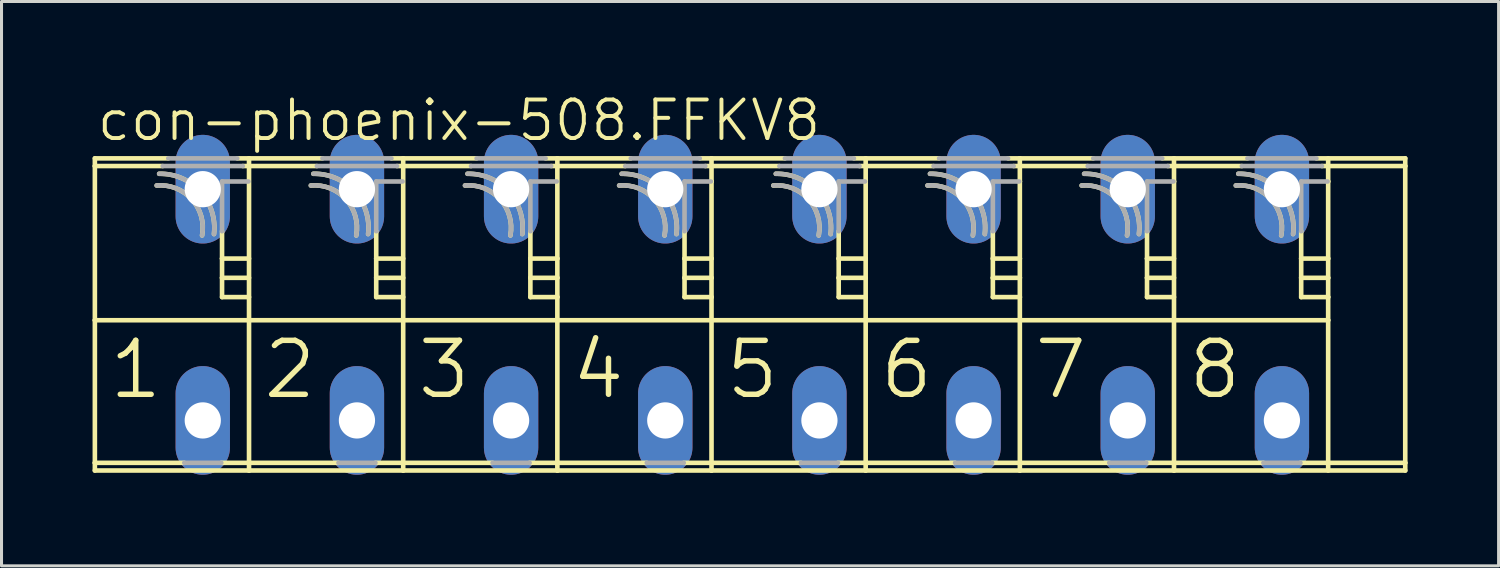
<source format=kicad_pcb>
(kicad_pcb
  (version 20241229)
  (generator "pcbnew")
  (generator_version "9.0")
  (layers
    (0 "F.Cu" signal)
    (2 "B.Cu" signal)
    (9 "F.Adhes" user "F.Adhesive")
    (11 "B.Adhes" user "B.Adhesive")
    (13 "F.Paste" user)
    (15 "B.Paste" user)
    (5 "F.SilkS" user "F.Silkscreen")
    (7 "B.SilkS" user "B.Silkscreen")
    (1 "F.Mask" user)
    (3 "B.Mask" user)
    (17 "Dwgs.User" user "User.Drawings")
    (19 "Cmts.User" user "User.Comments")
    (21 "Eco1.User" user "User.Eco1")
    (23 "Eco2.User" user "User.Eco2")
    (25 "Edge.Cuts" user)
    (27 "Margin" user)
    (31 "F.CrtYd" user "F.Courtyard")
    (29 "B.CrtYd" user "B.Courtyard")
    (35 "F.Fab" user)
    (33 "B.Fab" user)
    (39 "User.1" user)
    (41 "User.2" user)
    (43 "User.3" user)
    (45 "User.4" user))
  (footprint "con-phoenix-508.FFKV8"
    (layer "F.Cu")
    (at 21.412 6.994)
    (property "Reference" "con-phoenix-508.FFKV8" (at -21.336 -5.334 0) (layer "F.SilkS") (effects (font (size 1.27 1.27) (thickness 0.13)) (justify left bottom)))
    (attr through_hole)
    (fp_line (start -21.336 -4.572) (end -21.336 -4.826) (stroke (width 0.152) (type default)) (layer "F.SilkS"))
    (fp_line (start -21.336 -4.572) (end -19.1 -4.572) (stroke (width 0.152) (type default)) (layer "F.SilkS"))
    (fp_line (start -21.336 0.508) (end -21.336 -4.572) (stroke (width 0.152) (type default)) (layer "F.SilkS"))
    (fp_line (start -21.336 0.508) (end -16.256 0.508) (stroke (width 0.152) (type default)) (layer "F.SilkS"))
    (fp_line (start -21.336 5.207) (end -21.336 0.508) (stroke (width 0.152) (type default)) (layer "F.SilkS"))
    (fp_line (start -21.336 5.207) (end -18.389 5.207) (stroke (width 0.152) (type default)) (layer "F.SilkS"))
    (fp_line (start -21.336 5.461) (end -21.336 5.207) (stroke (width 0.152) (type default)) (layer "F.SilkS"))
    (fp_line (start -18.916 -4.826) (end -21.336 -4.826) (stroke (width 0.152) (type default)) (layer "F.SilkS"))
    (fp_line (start -17.171 5.207) (end -16.256 5.207) (stroke (width 0.152) (type default)) (layer "F.SilkS"))
    (fp_line (start -17.145 -1.524) (end -17.145 -2.425) (stroke (width 0.152) (type default)) (layer "F.SilkS"))
    (fp_line (start -17.145 -0.889) (end -17.145 -1.524) (stroke (width 0.152) (type default)) (layer "F.SilkS"))
    (fp_line (start -17.145 -0.254) (end -17.145 -0.889) (stroke (width 0.152) (type default)) (layer "F.SilkS"))
    (fp_line (start -16.46 -4.572) (end -16.256 -4.572) (stroke (width 0.152) (type default)) (layer "F.SilkS"))
    (fp_line (start -16.256 -4.826) (end -16.644 -4.826) (stroke (width 0.152) (type default)) (layer "F.SilkS"))
    (fp_line (start -16.256 -4.572) (end -16.256 -4.826) (stroke (width 0.152) (type default)) (layer "F.SilkS"))
    (fp_line (start -16.256 -4.572) (end -14.02 -4.572) (stroke (width 0.152) (type default)) (layer "F.SilkS"))
    (fp_line (start -16.256 -1.524) (end -17.145 -1.524) (stroke (width 0.152) (type default)) (layer "F.SilkS"))
    (fp_line (start -16.256 -0.889) (end -17.145 -0.889) (stroke (width 0.152) (type default)) (layer "F.SilkS"))
    (fp_line (start -16.256 -0.254) (end -17.145 -0.254) (stroke (width 0.152) (type default)) (layer "F.SilkS"))
    (fp_line (start -16.256 0.508) (end -16.256 -4.572) (stroke (width 0.152) (type default)) (layer "F.SilkS"))
    (fp_line (start -16.256 0.508) (end -11.176 0.508) (stroke (width 0.152) (type default)) (layer "F.SilkS"))
    (fp_line (start -16.256 5.207) (end -16.256 0.508) (stroke (width 0.152) (type default)) (layer "F.SilkS"))
    (fp_line (start -16.256 5.207) (end -13.309 5.207) (stroke (width 0.152) (type default)) (layer "F.SilkS"))
    (fp_line (start -16.256 5.461) (end -21.336 5.461) (stroke (width 0.152) (type default)) (layer "F.SilkS"))
    (fp_line (start -16.256 5.461) (end -16.256 5.207) (stroke (width 0.152) (type default)) (layer "F.SilkS"))
    (fp_line (start -13.836 -4.826) (end -16.256 -4.826) (stroke (width 0.152) (type default)) (layer "F.SilkS"))
    (fp_line (start -12.091 5.207) (end -11.176 5.207) (stroke (width 0.152) (type default)) (layer "F.SilkS"))
    (fp_line (start -12.065 -1.524) (end -12.065 -2.425) (stroke (width 0.152) (type default)) (layer "F.SilkS"))
    (fp_line (start -12.065 -0.889) (end -12.065 -1.524) (stroke (width 0.152) (type default)) (layer "F.SilkS"))
    (fp_line (start -12.065 -0.254) (end -12.065 -0.889) (stroke (width 0.152) (type default)) (layer "F.SilkS"))
    (fp_line (start -11.38 -4.572) (end -11.176 -4.572) (stroke (width 0.152) (type default)) (layer "F.SilkS"))
    (fp_line (start -11.176 -4.826) (end -11.564 -4.826) (stroke (width 0.152) (type default)) (layer "F.SilkS"))
    (fp_line (start -11.176 -4.572) (end -11.176 -4.826) (stroke (width 0.152) (type default)) (layer "F.SilkS"))
    (fp_line (start -11.176 -4.572) (end -8.94 -4.572) (stroke (width 0.152) (type default)) (layer "F.SilkS"))
    (fp_line (start -11.176 -1.524) (end -12.065 -1.524) (stroke (width 0.152) (type default)) (layer "F.SilkS"))
    (fp_line (start -11.176 -0.889) (end -12.065 -0.889) (stroke (width 0.152) (type default)) (layer "F.SilkS"))
    (fp_line (start -11.176 -0.254) (end -12.065 -0.254) (stroke (width 0.152) (type default)) (layer "F.SilkS"))
    (fp_line (start -11.176 0.508) (end -11.176 -4.572) (stroke (width 0.152) (type default)) (layer "F.SilkS"))
    (fp_line (start -11.176 0.508) (end -6.096 0.508) (stroke (width 0.152) (type default)) (layer "F.SilkS"))
    (fp_line (start -11.176 5.207) (end -11.176 0.508) (stroke (width 0.152) (type default)) (layer "F.SilkS"))
    (fp_line (start -11.176 5.207) (end -8.229 5.207) (stroke (width 0.152) (type default)) (layer "F.SilkS"))
    (fp_line (start -11.176 5.461) (end -16.256 5.461) (stroke (width 0.152) (type default)) (layer "F.SilkS"))
    (fp_line (start -11.176 5.461) (end -11.176 5.207) (stroke (width 0.152) (type default)) (layer "F.SilkS"))
    (fp_line (start -8.756 -4.826) (end -11.176 -4.826) (stroke (width 0.152) (type default)) (layer "F.SilkS"))
    (fp_line (start -7.011 5.207) (end -6.096 5.207) (stroke (width 0.152) (type default)) (layer "F.SilkS"))
    (fp_line (start -6.985 -1.524) (end -6.985 -2.425) (stroke (width 0.152) (type default)) (layer "F.SilkS"))
    (fp_line (start -6.985 -0.889) (end -6.985 -1.524) (stroke (width 0.152) (type default)) (layer "F.SilkS"))
    (fp_line (start -6.985 -0.254) (end -6.985 -0.889) (stroke (width 0.152) (type default)) (layer "F.SilkS"))
    (fp_line (start -6.3 -4.572) (end -6.096 -4.572) (stroke (width 0.152) (type default)) (layer "F.SilkS"))
    (fp_line (start -6.096 -4.826) (end -6.484 -4.826) (stroke (width 0.152) (type default)) (layer "F.SilkS"))
    (fp_line (start -6.096 -4.572) (end -6.096 -4.826) (stroke (width 0.152) (type default)) (layer "F.SilkS"))
    (fp_line (start -6.096 -4.572) (end -3.86 -4.572) (stroke (width 0.152) (type default)) (layer "F.SilkS"))
    (fp_line (start -6.096 -1.524) (end -6.985 -1.524) (stroke (width 0.152) (type default)) (layer "F.SilkS"))
    (fp_line (start -6.096 -1.524) (end -6.096 -4.572) (stroke (width 0.152) (type default)) (layer "F.SilkS"))
    (fp_line (start -6.096 -0.889) (end -6.985 -0.889) (stroke (width 0.152) (type default)) (layer "F.SilkS"))
    (fp_line (start -6.096 -0.889) (end -6.096 -1.524) (stroke (width 0.152) (type default)) (layer "F.SilkS"))
    (fp_line (start -6.096 -0.254) (end -6.985 -0.254) (stroke (width 0.152) (type default)) (layer "F.SilkS"))
    (fp_line (start -6.096 -0.254) (end -6.096 -0.889) (stroke (width 0.152) (type default)) (layer "F.SilkS"))
    (fp_line (start -6.096 0.508) (end -6.096 -0.254) (stroke (width 0.152) (type default)) (layer "F.SilkS"))
    (fp_line (start -6.096 0.508) (end -1.016 0.508) (stroke (width 0.152) (type default)) (layer "F.SilkS"))
    (fp_line (start -6.096 5.207) (end -6.096 0.508) (stroke (width 0.152) (type default)) (layer "F.SilkS"))
    (fp_line (start -6.096 5.207) (end -3.149 5.207) (stroke (width 0.152) (type default)) (layer "F.SilkS"))
    (fp_line (start -6.096 5.461) (end -11.176 5.461) (stroke (width 0.152) (type default)) (layer "F.SilkS"))
    (fp_line (start -6.096 5.461) (end -6.096 5.207) (stroke (width 0.152) (type default)) (layer "F.SilkS"))
    (fp_line (start -3.676 -4.826) (end -6.096 -4.826) (stroke (width 0.152) (type default)) (layer "F.SilkS"))
    (fp_line (start -1.931 5.207) (end -1.016 5.207) (stroke (width 0.152) (type default)) (layer "F.SilkS"))
    (fp_line (start -1.905 -1.524) (end -1.905 -2.425) (stroke (width 0.152) (type default)) (layer "F.SilkS"))
    (fp_line (start -1.905 -0.889) (end -1.905 -1.524) (stroke (width 0.152) (type default)) (layer "F.SilkS"))
    (fp_line (start -1.905 -0.254) (end -1.905 -0.889) (stroke (width 0.152) (type default)) (layer "F.SilkS"))
    (fp_line (start -1.22 -4.572) (end -1.016 -4.572) (stroke (width 0.152) (type default)) (layer "F.SilkS"))
    (fp_line (start -1.037 -4.064) (end -1.016 -4.064) (stroke (width 0.152) (type default)) (layer "F.SilkS"))
    (fp_line (start -1.016 -4.826) (end -1.404 -4.826) (stroke (width 0.152) (type default)) (layer "F.SilkS"))
    (fp_line (start -1.016 -4.572) (end -1.016 -4.826) (stroke (width 0.152) (type default)) (layer "F.SilkS"))
    (fp_line (start -1.016 -4.572) (end 1.22 -4.572) (stroke (width 0.152) (type default)) (layer "F.SilkS"))
    (fp_line (start -1.016 -4.064) (end -1.016 -4.572) (stroke (width 0.152) (type default)) (layer "F.SilkS"))
    (fp_line (start -1.016 -1.524) (end -1.905 -1.524) (stroke (width 0.152) (type default)) (layer "F.SilkS"))
    (fp_line (start -1.016 -1.524) (end -1.016 -4.064) (stroke (width 0.152) (type default)) (layer "F.SilkS"))
    (fp_line (start -1.016 -0.889) (end -1.905 -0.889) (stroke (width 0.152) (type default)) (layer "F.SilkS"))
    (fp_line (start -1.016 -0.889) (end -1.016 -1.524) (stroke (width 0.152) (type default)) (layer "F.SilkS"))
    (fp_line (start -1.016 -0.254) (end -1.905 -0.254) (stroke (width 0.152) (type default)) (layer "F.SilkS"))
    (fp_line (start -1.016 -0.254) (end -1.016 -0.889) (stroke (width 0.152) (type default)) (layer "F.SilkS"))
    (fp_line (start -1.016 0.508) (end -1.016 -0.254) (stroke (width 0.152) (type default)) (layer "F.SilkS"))
    (fp_line (start -1.016 0.508) (end 4.064 0.508) (stroke (width 0.152) (type default)) (layer "F.SilkS"))
    (fp_line (start -1.016 5.207) (end -1.016 0.508) (stroke (width 0.152) (type default)) (layer "F.SilkS"))
    (fp_line (start -1.016 5.207) (end 1.931 5.207) (stroke (width 0.152) (type default)) (layer "F.SilkS"))
    (fp_line (start -1.016 5.461) (end -6.096 5.461) (stroke (width 0.152) (type default)) (layer "F.SilkS"))
    (fp_line (start -1.016 5.461) (end -1.016 5.207) (stroke (width 0.152) (type default)) (layer "F.SilkS"))
    (fp_line (start 1.404 -4.826) (end -1.016 -4.826) (stroke (width 0.152) (type default)) (layer "F.SilkS"))
    (fp_line (start 3.149 5.207) (end 4.064 5.207) (stroke (width 0.152) (type default)) (layer "F.SilkS"))
    (fp_line (start 3.175 -1.524) (end 3.175 -2.425) (stroke (width 0.152) (type default)) (layer "F.SilkS"))
    (fp_line (start 3.175 -0.889) (end 3.175 -1.524) (stroke (width 0.152) (type default)) (layer "F.SilkS"))
    (fp_line (start 3.175 -0.254) (end 3.175 -0.889) (stroke (width 0.152) (type default)) (layer "F.SilkS"))
    (fp_line (start 3.86 -4.572) (end 4.064 -4.572) (stroke (width 0.152) (type default)) (layer "F.SilkS"))
    (fp_line (start 4.043 -4.064) (end 4.064 -4.064) (stroke (width 0.152) (type default)) (layer "F.SilkS"))
    (fp_line (start 4.064 -4.826) (end 3.676 -4.826) (stroke (width 0.152) (type default)) (layer "F.SilkS"))
    (fp_line (start 4.064 -4.572) (end 4.064 -4.826) (stroke (width 0.152) (type default)) (layer "F.SilkS"))
    (fp_line (start 4.064 -4.572) (end 6.3 -4.572) (stroke (width 0.152) (type default)) (layer "F.SilkS"))
    (fp_line (start 4.064 -4.064) (end 4.064 -4.572) (stroke (width 0.152) (type default)) (layer "F.SilkS"))
    (fp_line (start 4.064 -1.524) (end 3.175 -1.524) (stroke (width 0.152) (type default)) (layer "F.SilkS"))
    (fp_line (start 4.064 -1.524) (end 4.064 -4.064) (stroke (width 0.152) (type default)) (layer "F.SilkS"))
    (fp_line (start 4.064 -0.889) (end 3.175 -0.889) (stroke (width 0.152) (type default)) (layer "F.SilkS"))
    (fp_line (start 4.064 -0.889) (end 4.064 -1.524) (stroke (width 0.152) (type default)) (layer "F.SilkS"))
    (fp_line (start 4.064 -0.254) (end 3.175 -0.254) (stroke (width 0.152) (type default)) (layer "F.SilkS"))
    (fp_line (start 4.064 -0.254) (end 4.064 -0.889) (stroke (width 0.152) (type default)) (layer "F.SilkS"))
    (fp_line (start 4.064 0.508) (end 4.064 -0.254) (stroke (width 0.152) (type default)) (layer "F.SilkS"))
    (fp_line (start 4.064 0.508) (end 9.144 0.508) (stroke (width 0.152) (type default)) (layer "F.SilkS"))
    (fp_line (start 4.064 5.207) (end 4.064 0.508) (stroke (width 0.152) (type default)) (layer "F.SilkS"))
    (fp_line (start 4.064 5.207) (end 7.011 5.207) (stroke (width 0.152) (type default)) (layer "F.SilkS"))
    (fp_line (start 4.064 5.461) (end -1.016 5.461) (stroke (width 0.152) (type default)) (layer "F.SilkS"))
    (fp_line (start 4.064 5.461) (end 4.064 5.207) (stroke (width 0.152) (type default)) (layer "F.SilkS"))
    (fp_line (start 6.484 -4.826) (end 4.064 -4.826) (stroke (width 0.152) (type default)) (layer "F.SilkS"))
    (fp_line (start 8.229 5.207) (end 9.144 5.207) (stroke (width 0.152) (type default)) (layer "F.SilkS"))
    (fp_line (start 8.255 -1.524) (end 8.255 -2.425) (stroke (width 0.152) (type default)) (layer "F.SilkS"))
    (fp_line (start 8.255 -0.889) (end 8.255 -1.524) (stroke (width 0.152) (type default)) (layer "F.SilkS"))
    (fp_line (start 8.255 -0.254) (end 8.255 -0.889) (stroke (width 0.152) (type default)) (layer "F.SilkS"))
    (fp_line (start 8.94 -4.572) (end 9.144 -4.572) (stroke (width 0.152) (type default)) (layer "F.SilkS"))
    (fp_line (start 9.123 -4.064) (end 9.144 -4.064) (stroke (width 0.152) (type default)) (layer "F.SilkS"))
    (fp_line (start 9.144 -4.826) (end 8.756 -4.826) (stroke (width 0.152) (type default)) (layer "F.SilkS"))
    (fp_line (start 9.144 -4.572) (end 9.144 -4.826) (stroke (width 0.152) (type default)) (layer "F.SilkS"))
    (fp_line (start 9.144 -4.572) (end 11.38 -4.572) (stroke (width 0.152) (type default)) (layer "F.SilkS"))
    (fp_line (start 9.144 -4.064) (end 9.144 -4.572) (stroke (width 0.152) (type default)) (layer "F.SilkS"))
    (fp_line (start 9.144 -1.524) (end 8.255 -1.524) (stroke (width 0.152) (type default)) (layer "F.SilkS"))
    (fp_line (start 9.144 -1.524) (end 9.144 -4.064) (stroke (width 0.152) (type default)) (layer "F.SilkS"))
    (fp_line (start 9.144 -0.889) (end 8.255 -0.889) (stroke (width 0.152) (type default)) (layer "F.SilkS"))
    (fp_line (start 9.144 -0.889) (end 9.144 -1.524) (stroke (width 0.152) (type default)) (layer "F.SilkS"))
    (fp_line (start 9.144 -0.254) (end 8.255 -0.254) (stroke (width 0.152) (type default)) (layer "F.SilkS"))
    (fp_line (start 9.144 -0.254) (end 9.144 -0.889) (stroke (width 0.152) (type default)) (layer "F.SilkS"))
    (fp_line (start 9.144 0.508) (end 9.144 -0.254) (stroke (width 0.152) (type default)) (layer "F.SilkS"))
    (fp_line (start 9.144 0.508) (end 14.224 0.508) (stroke (width 0.152) (type default)) (layer "F.SilkS"))
    (fp_line (start 9.144 5.207) (end 9.144 0.508) (stroke (width 0.152) (type default)) (layer "F.SilkS"))
    (fp_line (start 9.144 5.207) (end 12.091 5.207) (stroke (width 0.152) (type default)) (layer "F.SilkS"))
    (fp_line (start 9.144 5.461) (end 4.064 5.461) (stroke (width 0.152) (type default)) (layer "F.SilkS"))
    (fp_line (start 9.144 5.461) (end 9.144 5.207) (stroke (width 0.152) (type default)) (layer "F.SilkS"))
    (fp_line (start 11.564 -4.826) (end 9.144 -4.826) (stroke (width 0.152) (type default)) (layer "F.SilkS"))
    (fp_line (start 13.309 5.207) (end 14.224 5.207) (stroke (width 0.152) (type default)) (layer "F.SilkS"))
    (fp_line (start 13.335 -1.524) (end 13.335 -2.425) (stroke (width 0.152) (type default)) (layer "F.SilkS"))
    (fp_line (start 13.335 -0.889) (end 13.335 -1.524) (stroke (width 0.152) (type default)) (layer "F.SilkS"))
    (fp_line (start 13.335 -0.254) (end 13.335 -0.889) (stroke (width 0.152) (type default)) (layer "F.SilkS"))
    (fp_line (start 14.02 -4.572) (end 14.224 -4.572) (stroke (width 0.152) (type default)) (layer "F.SilkS"))
    (fp_line (start 14.203 -4.064) (end 14.224 -4.064) (stroke (width 0.152) (type default)) (layer "F.SilkS"))
    (fp_line (start 14.224 -4.826) (end 13.836 -4.826) (stroke (width 0.152) (type default)) (layer "F.SilkS"))
    (fp_line (start 14.224 -4.572) (end 14.224 -4.826) (stroke (width 0.152) (type default)) (layer "F.SilkS"))
    (fp_line (start 14.224 -4.572) (end 16.46 -4.572) (stroke (width 0.152) (type default)) (layer "F.SilkS"))
    (fp_line (start 14.224 -4.064) (end 14.224 -4.572) (stroke (width 0.152) (type default)) (layer "F.SilkS"))
    (fp_line (start 14.224 -1.524) (end 13.335 -1.524) (stroke (width 0.152) (type default)) (layer "F.SilkS"))
    (fp_line (start 14.224 -0.889) (end 13.335 -0.889) (stroke (width 0.152) (type default)) (layer "F.SilkS"))
    (fp_line (start 14.224 -0.254) (end 13.335 -0.254) (stroke (width 0.152) (type default)) (layer "F.SilkS"))
    (fp_line (start 14.224 0.508) (end 14.224 -4.064) (stroke (width 0.152) (type default)) (layer "F.SilkS"))
    (fp_line (start 14.224 0.508) (end 19.304 0.508) (stroke (width 0.152) (type default)) (layer "F.SilkS"))
    (fp_line (start 14.224 5.207) (end 14.224 0.508) (stroke (width 0.152) (type default)) (layer "F.SilkS"))
    (fp_line (start 14.224 5.207) (end 17.171 5.207) (stroke (width 0.152) (type default)) (layer "F.SilkS"))
    (fp_line (start 14.224 5.461) (end 9.144 5.461) (stroke (width 0.152) (type default)) (layer "F.SilkS"))
    (fp_line (start 14.224 5.461) (end 14.224 5.207) (stroke (width 0.152) (type default)) (layer "F.SilkS"))
    (fp_line (start 16.644 -4.826) (end 14.224 -4.826) (stroke (width 0.152) (type default)) (layer "F.SilkS"))
    (fp_line (start 18.415 -1.524) (end 18.415 -2.425) (stroke (width 0.152) (type default)) (layer "F.SilkS"))
    (fp_line (start 18.415 -0.889) (end 18.415 -1.524) (stroke (width 0.152) (type default)) (layer "F.SilkS"))
    (fp_line (start 18.415 -0.254) (end 18.415 -0.889) (stroke (width 0.152) (type default)) (layer "F.SilkS"))
    (fp_line (start 19.283 -4.064) (end 19.304 -4.064) (stroke (width 0.152) (type default)) (layer "F.SilkS"))
    (fp_line (start 19.304 -4.064) (end 19.304 -4.826) (stroke (width 0.152) (type default)) (layer "F.SilkS"))
    (fp_line (start 19.304 -1.524) (end 18.415 -1.524) (stroke (width 0.152) (type default)) (layer "F.SilkS"))
    (fp_line (start 19.304 -1.524) (end 19.304 -4.064) (stroke (width 0.152) (type default)) (layer "F.SilkS"))
    (fp_line (start 19.304 -0.889) (end 18.415 -0.889) (stroke (width 0.152) (type default)) (layer "F.SilkS"))
    (fp_line (start 19.304 -0.889) (end 19.304 -1.524) (stroke (width 0.152) (type default)) (layer "F.SilkS"))
    (fp_line (start 19.304 -0.254) (end 18.415 -0.254) (stroke (width 0.152) (type default)) (layer "F.SilkS"))
    (fp_line (start 19.304 -0.254) (end 19.304 -0.889) (stroke (width 0.152) (type default)) (layer "F.SilkS"))
    (fp_line (start 19.304 0.508) (end 19.304 -0.254) (stroke (width 0.152) (type default)) (layer "F.SilkS"))
    (fp_line (start 19.304 5.461) (end 19.304 0.508) (stroke (width 0.152) (type default)) (layer "F.SilkS"))
    (fp_line (start 21.844 -4.826) (end 18.916 -4.826) (stroke (width 0.152) (type default)) (layer "F.SilkS"))
    (fp_line (start 21.844 -4.572) (end 19.1 -4.572) (stroke (width 0.152) (type default)) (layer "F.SilkS"))
    (fp_line (start 21.844 -4.572) (end 21.844 -4.826) (stroke (width 0.152) (type default)) (layer "F.SilkS"))
    (fp_line (start 21.844 5.207) (end 18.389 5.207) (stroke (width 0.152) (type default)) (layer "F.SilkS"))
    (fp_line (start 21.844 5.207) (end 21.844 -4.572) (stroke (width 0.152) (type default)) (layer "F.SilkS"))
    (fp_line (start 21.844 5.461) (end 14.224 5.461) (stroke (width 0.152) (type default)) (layer "F.SilkS"))
    (fp_line (start 21.844 5.461) (end 21.844 5.207) (stroke (width 0.152) (type default)) (layer "F.SilkS"))
    (fp_arc (start -19.2992 -3.9317) (mid -18.143175 -3.479821) (end -17.8028 -2.2862) (stroke (width 0.1524) (type default)) (layer "F.SilkS"))
    (fp_arc (start -19.2169 -4.3175) (mid -17.861183 -3.735951) (end -17.4108 -2.3312) (stroke (width 0.1524) (type default)) (layer "F.SilkS"))
    (fp_arc (start -14.2192 -3.9317) (mid -13.063175 -3.479821) (end -12.7228 -2.2862) (stroke (width 0.1524) (type default)) (layer "F.SilkS"))
    (fp_arc (start -14.1369 -4.3175) (mid -12.781183 -3.735951) (end -12.3308 -2.3312) (stroke (width 0.1524) (type default)) (layer "F.SilkS"))
    (fp_arc (start -9.1392 -3.9317) (mid -7.983175 -3.479821) (end -7.6428 -2.2862) (stroke (width 0.1524) (type default)) (layer "F.SilkS"))
    (fp_arc (start -9.0569 -4.3175) (mid -7.701183 -3.735951) (end -7.2508 -2.3312) (stroke (width 0.1524) (type default)) (layer "F.SilkS"))
    (fp_arc (start -4.0592 -3.9317) (mid -2.903175 -3.479821) (end -2.5628 -2.2862) (stroke (width 0.1524) (type default)) (layer "F.SilkS"))
    (fp_arc (start -3.9769 -4.3175) (mid -2.621183 -3.735951) (end -2.1708 -2.3312) (stroke (width 0.1524) (type default)) (layer "F.SilkS"))
    (fp_arc (start 1.0208 -3.9317) (mid 2.176825 -3.479821) (end 2.5172 -2.2862) (stroke (width 0.1524) (type default)) (layer "F.SilkS"))
    (fp_arc (start 1.1031 -4.3175) (mid 2.458817 -3.735951) (end 2.9092 -2.3312) (stroke (width 0.1524) (type default)) (layer "F.SilkS"))
    (fp_arc (start 6.1008 -3.9317) (mid 7.256825 -3.479821) (end 7.5972 -2.2862) (stroke (width 0.1524) (type default)) (layer "F.SilkS"))
    (fp_arc (start 6.1831 -4.3175) (mid 7.538817 -3.735951) (end 7.9892 -2.3312) (stroke (width 0.1524) (type default)) (layer "F.SilkS"))
    (fp_arc (start 11.1808 -3.9317) (mid 12.336825 -3.479821) (end 12.6772 -2.2862) (stroke (width 0.1524) (type default)) (layer "F.SilkS"))
    (fp_arc (start 11.2631 -4.3175) (mid 12.618817 -3.735951) (end 13.0692 -2.3312) (stroke (width 0.1524) (type default)) (layer "F.SilkS"))
    (fp_arc (start 16.2608 -3.9317) (mid 17.416825 -3.479821) (end 17.7572 -2.2862) (stroke (width 0.1524) (type default)) (layer "F.SilkS"))
    (fp_arc (start 16.3431 -4.3175) (mid 17.698817 -3.735951) (end 18.1492 -2.3312) (stroke (width 0.1524) (type default)) (layer "F.SilkS"))
    (fp_line (start -19.1 -4.572) (end -16.46 -4.572) (stroke (width 0.152) (type default)) (layer "F.Fab"))
    (fp_line (start -18.389 5.207) (end -17.171 5.207) (stroke (width 0.152) (type default)) (layer "F.Fab"))
    (fp_line (start -17.145 -4.064) (end -16.277 -4.064) (stroke (width 0.152) (type default)) (layer "F.Fab"))
    (fp_line (start -17.145 -2.425) (end -17.145 -4.064) (stroke (width 0.152) (type default)) (layer "F.Fab"))
    (fp_line (start -16.644 -4.826) (end -18.916 -4.826) (stroke (width 0.152) (type default)) (layer "F.Fab"))
    (fp_line (start -14.02 -4.572) (end -11.38 -4.572) (stroke (width 0.152) (type default)) (layer "F.Fab"))
    (fp_line (start -13.309 5.207) (end -12.091 5.207) (stroke (width 0.152) (type default)) (layer "F.Fab"))
    (fp_line (start -12.065 -4.064) (end -11.197 -4.064) (stroke (width 0.152) (type default)) (layer "F.Fab"))
    (fp_line (start -12.065 -2.425) (end -12.065 -4.064) (stroke (width 0.152) (type default)) (layer "F.Fab"))
    (fp_line (start -11.564 -4.826) (end -13.836 -4.826) (stroke (width 0.152) (type default)) (layer "F.Fab"))
    (fp_line (start -8.94 -4.572) (end -6.3 -4.572) (stroke (width 0.152) (type default)) (layer "F.Fab"))
    (fp_line (start -8.229 5.207) (end -7.011 5.207) (stroke (width 0.152) (type default)) (layer "F.Fab"))
    (fp_line (start -6.985 -4.064) (end -6.117 -4.064) (stroke (width 0.152) (type default)) (layer "F.Fab"))
    (fp_line (start -6.985 -2.425) (end -6.985 -4.064) (stroke (width 0.152) (type default)) (layer "F.Fab"))
    (fp_line (start -6.484 -4.826) (end -8.756 -4.826) (stroke (width 0.152) (type default)) (layer "F.Fab"))
    (fp_line (start -3.86 -4.572) (end -1.22 -4.572) (stroke (width 0.152) (type default)) (layer "F.Fab"))
    (fp_line (start -3.149 5.207) (end -1.931 5.207) (stroke (width 0.152) (type default)) (layer "F.Fab"))
    (fp_line (start -1.905 -4.064) (end -1.037 -4.064) (stroke (width 0.152) (type default)) (layer "F.Fab"))
    (fp_line (start -1.905 -2.425) (end -1.905 -4.064) (stroke (width 0.152) (type default)) (layer "F.Fab"))
    (fp_line (start -1.404 -4.826) (end -3.676 -4.826) (stroke (width 0.152) (type default)) (layer "F.Fab"))
    (fp_line (start 1.22 -4.572) (end 3.86 -4.572) (stroke (width 0.152) (type default)) (layer "F.Fab"))
    (fp_line (start 1.931 5.207) (end 3.149 5.207) (stroke (width 0.152) (type default)) (layer "F.Fab"))
    (fp_line (start 3.175 -4.064) (end 4.043 -4.064) (stroke (width 0.152) (type default)) (layer "F.Fab"))
    (fp_line (start 3.175 -2.425) (end 3.175 -4.064) (stroke (width 0.152) (type default)) (layer "F.Fab"))
    (fp_line (start 3.676 -4.826) (end 1.404 -4.826) (stroke (width 0.152) (type default)) (layer "F.Fab"))
    (fp_line (start 6.3 -4.572) (end 8.94 -4.572) (stroke (width 0.152) (type default)) (layer "F.Fab"))
    (fp_line (start 7.011 5.207) (end 8.229 5.207) (stroke (width 0.152) (type default)) (layer "F.Fab"))
    (fp_line (start 8.255 -4.064) (end 9.123 -4.064) (stroke (width 0.152) (type default)) (layer "F.Fab"))
    (fp_line (start 8.255 -2.425) (end 8.255 -4.064) (stroke (width 0.152) (type default)) (layer "F.Fab"))
    (fp_line (start 8.756 -4.826) (end 6.484 -4.826) (stroke (width 0.152) (type default)) (layer "F.Fab"))
    (fp_line (start 11.38 -4.572) (end 14.02 -4.572) (stroke (width 0.152) (type default)) (layer "F.Fab"))
    (fp_line (start 12.091 5.207) (end 13.309 5.207) (stroke (width 0.152) (type default)) (layer "F.Fab"))
    (fp_line (start 13.335 -4.064) (end 14.203 -4.064) (stroke (width 0.152) (type default)) (layer "F.Fab"))
    (fp_line (start 13.335 -2.425) (end 13.335 -4.064) (stroke (width 0.152) (type default)) (layer "F.Fab"))
    (fp_line (start 13.836 -4.826) (end 11.564 -4.826) (stroke (width 0.152) (type default)) (layer "F.Fab"))
    (fp_line (start 16.46 -4.572) (end 19.1 -4.572) (stroke (width 0.152) (type default)) (layer "F.Fab"))
    (fp_line (start 17.171 5.207) (end 18.389 5.207) (stroke (width 0.152) (type default)) (layer "F.Fab"))
    (fp_line (start 18.415 -4.064) (end 19.283 -4.064) (stroke (width 0.152) (type default)) (layer "F.Fab"))
    (fp_line (start 18.415 -2.425) (end 18.415 -4.064) (stroke (width 0.152) (type default)) (layer "F.Fab"))
    (fp_line (start 18.916 -4.826) (end 16.644 -4.826) (stroke (width 0.152) (type default)) (layer "F.Fab"))
    (fp_arc (start -19.2992 -3.9317) (mid -18.143306 -3.479837) (end -17.8031 -2.2863) (stroke (width 0.1524) (type default)) (layer "F.Fab"))
    (fp_arc (start -19.2169 -4.3175) (mid -17.861248 -3.735936) (end -17.411 -2.3312) (stroke (width 0.1524) (type default)) (layer "F.Fab"))
    (fp_arc (start -14.2192 -3.9317) (mid -13.063306 -3.479837) (end -12.7231 -2.2863) (stroke (width 0.1524) (type default)) (layer "F.Fab"))
    (fp_arc (start -14.1369 -4.3175) (mid -12.781248 -3.735936) (end -12.331 -2.3312) (stroke (width 0.1524) (type default)) (layer "F.Fab"))
    (fp_arc (start -9.1392 -3.9317) (mid -7.983306 -3.479837) (end -7.6431 -2.2863) (stroke (width 0.1524) (type default)) (layer "F.Fab"))
    (fp_arc (start -9.0569 -4.3175) (mid -7.701248 -3.735936) (end -7.251 -2.3312) (stroke (width 0.1524) (type default)) (layer "F.Fab"))
    (fp_arc (start -4.0592 -3.9317) (mid -2.903306 -3.479837) (end -2.5631 -2.2863) (stroke (width 0.1524) (type default)) (layer "F.Fab"))
    (fp_arc (start -3.9769 -4.3175) (mid -2.621248 -3.735936) (end -2.171 -2.3312) (stroke (width 0.1524) (type default)) (layer "F.Fab"))
    (fp_arc (start 1.0208 -3.9317) (mid 2.176694 -3.479837) (end 2.5169 -2.2863) (stroke (width 0.1524) (type default)) (layer "F.Fab"))
    (fp_arc (start 1.1031 -4.3175) (mid 2.458752 -3.735936) (end 2.909 -2.3312) (stroke (width 0.1524) (type default)) (layer "F.Fab"))
    (fp_arc (start 6.1008 -3.9317) (mid 7.256694 -3.479837) (end 7.5969 -2.2863) (stroke (width 0.1524) (type default)) (layer "F.Fab"))
    (fp_arc (start 6.1831 -4.3175) (mid 7.538752 -3.735936) (end 7.989 -2.3312) (stroke (width 0.1524) (type default)) (layer "F.Fab"))
    (fp_arc (start 11.1808 -3.9317) (mid 12.336694 -3.479837) (end 12.6769 -2.2863) (stroke (width 0.1524) (type default)) (layer "F.Fab"))
    (fp_arc (start 11.2631 -4.3175) (mid 12.618752 -3.735936) (end 13.069 -2.3312) (stroke (width 0.1524) (type default)) (layer "F.Fab"))
    (fp_arc (start 16.2608 -3.9317) (mid 17.416694 -3.479837) (end 17.7569 -2.2863) (stroke (width 0.1524) (type default)) (layer "F.Fab"))
    (fp_arc (start 16.3431 -4.3175) (mid 17.698752 -3.735936) (end 18.149 -2.3312) (stroke (width 0.1524) (type default)) (layer "F.Fab"))
    (fp_text user "3" (at -10.795 3.175 0) (layer "F.SilkS") (effects (font (size 1.778 1.778) (thickness 0.18)) (justify left bottom)))
    (fp_text user "1" (at -20.955 3.175 0) (layer "F.SilkS") (effects (font (size 1.778 1.778) (thickness 0.18)) (justify left bottom)))
    (fp_text user "7" (at 9.525 3.175 0) (layer "F.SilkS") (effects (font (size 1.778 1.778) (thickness 0.18)) (justify left bottom)))
    (fp_text user "5" (at -0.635 3.175 0) (layer "F.SilkS") (effects (font (size 1.778 1.778) (thickness 0.18)) (justify left bottom)))
    (fp_text user "4" (at -5.715 3.175 0) (layer "F.SilkS") (effects (font (size 1.778 1.778) (thickness 0.18)) (justify left bottom)))
    (fp_text user "8" (at 14.605 3.175 0) (layer "F.SilkS") (effects (font (size 1.778 1.778) (thickness 0.18)) (justify left bottom)))
    (fp_text user "6" (at 4.445 3.175 0) (layer "F.SilkS") (effects (font (size 1.778 1.778) (thickness 0.18)) (justify left bottom)))
    (fp_text user "2" (at -15.875 3.175 0) (layer "F.SilkS") (effects (font (size 1.778 1.778) (thickness 0.18)) (justify left bottom)))
    (pad "1" thru_hole oval (at -17.78 3.81 90) (size 3.581 1.791) (drill 1.194) (layers "*.Cu" "*.Mask"))
    (pad "1A" thru_hole oval (at -17.78 -3.81 90) (size 3.581 1.791) (drill 1.194) (layers "*.Cu" "*.Mask"))
    (pad "2" thru_hole oval (at -12.7 3.81 90) (size 3.581 1.791) (drill 1.194) (layers "*.Cu" "*.Mask"))
    (pad "2A" thru_hole oval (at -12.7 -3.81 90) (size 3.581 1.791) (drill 1.194) (layers "*.Cu" "*.Mask"))
    (pad "3" thru_hole oval (at -7.62 3.81 90) (size 3.581 1.791) (drill 1.194) (layers "*.Cu" "*.Mask"))
    (pad "3A" thru_hole oval (at -7.62 -3.81 90) (size 3.581 1.791) (drill 1.194) (layers "*.Cu" "*.Mask"))
    (pad "4" thru_hole oval (at -2.54 3.81 90) (size 3.581 1.791) (drill 1.194) (layers "*.Cu" "*.Mask"))
    (pad "4A" thru_hole oval (at -2.54 -3.81 90) (size 3.581 1.791) (drill 1.194) (layers "*.Cu" "*.Mask"))
    (pad "5" thru_hole oval (at 2.54 3.81 90) (size 3.581 1.791) (drill 1.194) (layers "*.Cu" "*.Mask"))
    (pad "5A" thru_hole oval (at 2.54 -3.81 90) (size 3.581 1.791) (drill 1.194) (layers "*.Cu" "*.Mask"))
    (pad "6" thru_hole oval (at 7.62 3.81 90) (size 3.581 1.791) (drill 1.194) (layers "*.Cu" "*.Mask"))
    (pad "6A" thru_hole oval (at 7.62 -3.81 90) (size 3.581 1.791) (drill 1.194) (layers "*.Cu" "*.Mask"))
    (pad "7" thru_hole oval (at 12.7 3.81 90) (size 3.581 1.791) (drill 1.194) (layers "*.Cu" "*.Mask"))
    (pad "7A" thru_hole oval (at 12.7 -3.81 90) (size 3.581 1.791) (drill 1.194) (layers "*.Cu" "*.Mask"))
    (pad "8" thru_hole oval (at 17.78 3.81 90) (size 3.581 1.791) (drill 1.194) (layers "*.Cu" "*.Mask"))
    (pad "8A" thru_hole oval (at 17.78 -3.81 90) (size 3.581 1.791) (drill 1.194) (layers "*.Cu" "*.Mask")))
  (gr_rect
    (start -3 -3)
    (end 46.332 15.595)
    (stroke (width 0.1) (type default))
    (fill no)
    (layer "Edge.Cuts")))
</source>
